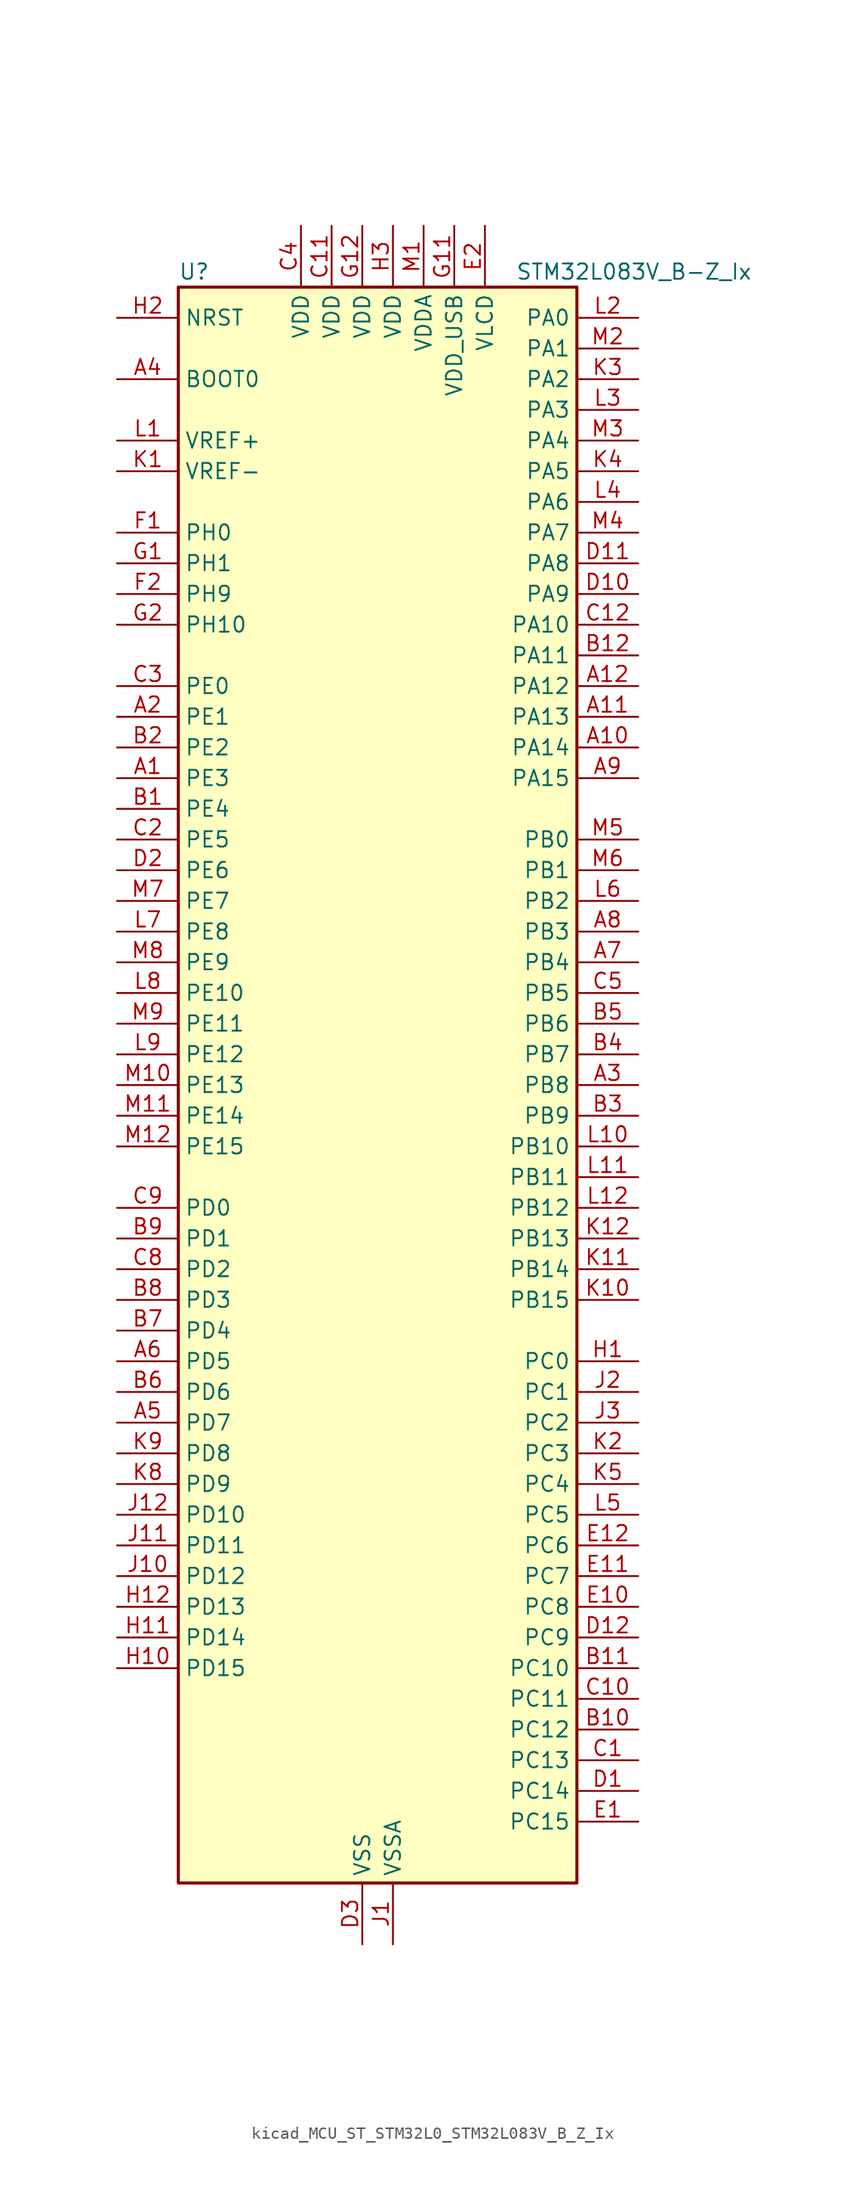
<source format=kicad_sym>
(kicad_symbol_lib
  (version 20220914)
  (generator kicad_symbol_editor)
  (symbol "kicad_MCU_ST_STM32L0_STM32L083V_B_Z_Ix"
    (property "Reference" "U"
      (at -15.24 67.31 0)
      (effects (font (size 1.27 1.27)) (justify left)))
    (property "Value" "STM32L083V_B-Z_Ix"
      (at 12.7 67.31 0)
      (effects (font (size 1.27 1.27)) (justify left)))
    (property "ki_locked" ""
      (at 0 0 0)
      (effects (font (size 1.27 1.27))))
    (symbol "kicad_MCU_ST_STM32L0_STM32L083V_B_Z_Ix_0_1"
      (rectangle (start -15.24 -66.04) (end 17.78 66.04) (stroke (width 0.254) (type default)) (fill (type background))))
    (symbol "kicad_MCU_ST_STM32L0_STM32L083V_B_Z_Ix_1_1"
      (pin bidirectional line (at -20.32 25.4 0) (length 5.08) (name "PE3" (effects (font (size 1.27 1.27)))) (number "A1" (effects (font (size 1.27 1.27)))) (alternate "LCD_SEG39" bidirectional line) (alternate "TIM22_CH1" bidirectional line) (alternate "TIM3_CH1" bidirectional line))
      (pin bidirectional line (at 22.86 27.94 180) (length 5.08) (name "PA14" (effects (font (size 1.27 1.27)))) (number "A10" (effects (font (size 1.27 1.27)))) (alternate "LPUART1_TX" bidirectional line) (alternate "SYS_SWCLK" bidirectional line) (alternate "USART2_TX" bidirectional line))
      (pin bidirectional line (at 22.86 30.48 180) (length 5.08) (name "PA13" (effects (font (size 1.27 1.27)))) (number "A11" (effects (font (size 1.27 1.27)))) (alternate "LPUART1_RX" bidirectional line) (alternate "SYS_SWDIO" bidirectional line) (alternate "USB_NOE" bidirectional line))
      (pin bidirectional line (at 22.86 33.02 180) (length 5.08) (name "PA12" (effects (font (size 1.27 1.27)))) (number "A12" (effects (font (size 1.27 1.27)))) (alternate "COMP2_OUT" bidirectional line) (alternate "SPI1_MOSI" bidirectional line) (alternate "TSC_G4_IO4" bidirectional line) (alternate "USART1_DE" bidirectional line) (alternate "USART1_RTS" bidirectional line) (alternate "USB_DP" bidirectional line))
      (pin bidirectional line (at -20.32 30.48 0) (length 5.08) (name "PE1" (effects (font (size 1.27 1.27)))) (number "A2" (effects (font (size 1.27 1.27)))) (alternate "LCD_SEG37" bidirectional line))
      (pin bidirectional line (at 22.86 0 180) (length 5.08) (name "PB8" (effects (font (size 1.27 1.27)))) (number "A3" (effects (font (size 1.27 1.27)))) (alternate "I2C1_SCL" bidirectional line) (alternate "LCD_SEG16" bidirectional line) (alternate "TSC_SYNC" bidirectional line))
      (pin input line (at -20.32 58.42 0) (length 5.08) (name "BOOT0" (effects (font (size 1.27 1.27)))) (number "A4" (effects (font (size 1.27 1.27)))))
      (pin bidirectional line (at -20.32 -27.94 0) (length 5.08) (name "PD7" (effects (font (size 1.27 1.27)))) (number "A5" (effects (font (size 1.27 1.27)))) (alternate "TIM21_CH2" bidirectional line) (alternate "USART2_CK" bidirectional line))
      (pin bidirectional line (at -20.32 -22.86 0) (length 5.08) (name "PD5" (effects (font (size 1.27 1.27)))) (number "A6" (effects (font (size 1.27 1.27)))) (alternate "USART2_TX" bidirectional line))
      (pin bidirectional line (at 22.86 10.16 180) (length 5.08) (name "PB4" (effects (font (size 1.27 1.27)))) (number "A7" (effects (font (size 1.27 1.27)))) (alternate "COMP2_INP" bidirectional line) (alternate "I2C3_SDA" bidirectional line) (alternate "LCD_SEG8" bidirectional line) (alternate "SPI1_MISO" bidirectional line) (alternate "TIM22_CH1" bidirectional line) (alternate "TIM3_CH1" bidirectional line) (alternate "TSC_G5_IO2" bidirectional line) (alternate "USART1_CTS" bidirectional line) (alternate "USART5_RX" bidirectional line))
      (pin bidirectional line (at 22.86 12.7 180) (length 5.08) (name "PB3" (effects (font (size 1.27 1.27)))) (number "A8" (effects (font (size 1.27 1.27)))) (alternate "COMP2_INM" bidirectional line) (alternate "LCD_SEG7" bidirectional line) (alternate "SPI1_SCK" bidirectional line) (alternate "TIM2_CH2" bidirectional line) (alternate "TSC_G5_IO1" bidirectional line) (alternate "USART1_DE" bidirectional line) (alternate "USART1_RTS" bidirectional line) (alternate "USART5_TX" bidirectional line))
      (pin bidirectional line (at 22.86 25.4 180) (length 5.08) (name "PA15" (effects (font (size 1.27 1.27)))) (number "A9" (effects (font (size 1.27 1.27)))) (alternate "LCD_SEG17" bidirectional line) (alternate "SPI1_NSS" bidirectional line) (alternate "TIM2_CH1" bidirectional line) (alternate "TIM2_ETR" bidirectional line) (alternate "USART2_RX" bidirectional line) (alternate "USART4_DE" bidirectional line) (alternate "USART4_RTS" bidirectional line))
      (pin bidirectional line (at -20.32 22.86 0) (length 5.08) (name "PE4" (effects (font (size 1.27 1.27)))) (number "B1" (effects (font (size 1.27 1.27)))) (alternate "TIM22_CH2" bidirectional line) (alternate "TIM3_CH2" bidirectional line))
      (pin bidirectional line (at 22.86 -53.34 180) (length 5.08) (name "PC12" (effects (font (size 1.27 1.27)))) (number "B10" (effects (font (size 1.27 1.27)))) (alternate "LCD_COM6" bidirectional line) (alternate "LCD_SEG30" bidirectional line) (alternate "LCD_SEG50" bidirectional line) (alternate "USART4_CK" bidirectional line) (alternate "USART5_TX" bidirectional line))
      (pin bidirectional line (at 22.86 -48.26 180) (length 5.08) (name "PC10" (effects (font (size 1.27 1.27)))) (number "B11" (effects (font (size 1.27 1.27)))) (alternate "LCD_COM4" bidirectional line) (alternate "LCD_SEG28" bidirectional line) (alternate "LCD_SEG48" bidirectional line) (alternate "LPUART1_TX" bidirectional line) (alternate "USART4_TX" bidirectional line))
      (pin bidirectional line (at 22.86 35.56 180) (length 5.08) (name "PA11" (effects (font (size 1.27 1.27)))) (number "B12" (effects (font (size 1.27 1.27)))) (alternate "ADC_EXTI11" bidirectional line) (alternate "COMP1_OUT" bidirectional line) (alternate "SPI1_MISO" bidirectional line) (alternate "TSC_G4_IO3" bidirectional line) (alternate "USART1_CTS" bidirectional line) (alternate "USB_DM" bidirectional line))
      (pin bidirectional line (at -20.32 27.94 0) (length 5.08) (name "PE2" (effects (font (size 1.27 1.27)))) (number "B2" (effects (font (size 1.27 1.27)))) (alternate "LCD_SEG38" bidirectional line) (alternate "TIM3_ETR" bidirectional line))
      (pin bidirectional line (at 22.86 -2.54 180) (length 5.08) (name "PB9" (effects (font (size 1.27 1.27)))) (number "B3" (effects (font (size 1.27 1.27)))) (alternate "DAC_EXTI9" bidirectional line) (alternate "I2C1_SDA" bidirectional line) (alternate "I2S2_WS" bidirectional line) (alternate "LCD_COM3" bidirectional line) (alternate "SPI2_NSS" bidirectional line))
      (pin bidirectional line (at 22.86 2.54 180) (length 5.08) (name "PB7" (effects (font (size 1.27 1.27)))) (number "B4" (effects (font (size 1.27 1.27)))) (alternate "COMP2_INP" bidirectional line) (alternate "I2C1_SDA" bidirectional line) (alternate "LPTIM1_IN2" bidirectional line) (alternate "SYS_PVD_IN" bidirectional line) (alternate "TSC_G5_IO4" bidirectional line) (alternate "USART1_RX" bidirectional line) (alternate "USART4_CTS" bidirectional line))
      (pin bidirectional line (at 22.86 5.08 180) (length 5.08) (name "PB6" (effects (font (size 1.27 1.27)))) (number "B5" (effects (font (size 1.27 1.27)))) (alternate "COMP2_INP" bidirectional line) (alternate "I2C1_SCL" bidirectional line) (alternate "LPTIM1_ETR" bidirectional line) (alternate "TSC_G5_IO3" bidirectional line) (alternate "USART1_TX" bidirectional line))
      (pin bidirectional line (at -20.32 -25.4 0) (length 5.08) (name "PD6" (effects (font (size 1.27 1.27)))) (number "B6" (effects (font (size 1.27 1.27)))) (alternate "USART2_RX" bidirectional line))
      (pin bidirectional line (at -20.32 -20.32 0) (length 5.08) (name "PD4" (effects (font (size 1.27 1.27)))) (number "B7" (effects (font (size 1.27 1.27)))) (alternate "I2S2_SD" bidirectional line) (alternate "SPI2_MOSI" bidirectional line) (alternate "USART2_DE" bidirectional line) (alternate "USART2_RTS" bidirectional line))
      (pin bidirectional line (at -20.32 -17.78 0) (length 5.08) (name "PD3" (effects (font (size 1.27 1.27)))) (number "B8" (effects (font (size 1.27 1.27)))) (alternate "I2S2_MCK" bidirectional line) (alternate "LCD_SEG44" bidirectional line) (alternate "SPI2_MISO" bidirectional line) (alternate "USART2_CTS" bidirectional line))
      (pin bidirectional line (at -20.32 -12.7 0) (length 5.08) (name "PD1" (effects (font (size 1.27 1.27)))) (number "B9" (effects (font (size 1.27 1.27)))) (alternate "I2S2_CK" bidirectional line) (alternate "SPI2_SCK" bidirectional line))
      (pin bidirectional line (at 22.86 -55.88 180) (length 5.08) (name "PC13" (effects (font (size 1.27 1.27)))) (number "C1" (effects (font (size 1.27 1.27)))) (alternate "RTC_OUT_ALARM" bidirectional line) (alternate "RTC_OUT_CALIB" bidirectional line) (alternate "RTC_TAMP1" bidirectional line) (alternate "RTC_TS" bidirectional line) (alternate "SYS_WKUP2" bidirectional line))
      (pin bidirectional line (at 22.86 -50.8 180) (length 5.08) (name "PC11" (effects (font (size 1.27 1.27)))) (number "C10" (effects (font (size 1.27 1.27)))) (alternate "ADC_EXTI11" bidirectional line) (alternate "LCD_COM5" bidirectional line) (alternate "LCD_SEG29" bidirectional line) (alternate "LCD_SEG49" bidirectional line) (alternate "LPUART1_RX" bidirectional line) (alternate "USART4_RX" bidirectional line))
      (pin power_in line (at -2.54 71.12 270) (length 5.08) (name "VDD" (effects (font (size 1.27 1.27)))) (number "C11" (effects (font (size 1.27 1.27)))))
      (pin bidirectional line (at 22.86 38.1 180) (length 5.08) (name "PA10" (effects (font (size 1.27 1.27)))) (number "C12" (effects (font (size 1.27 1.27)))) (alternate "I2C1_SDA" bidirectional line) (alternate "LCD_COM2" bidirectional line) (alternate "TSC_G4_IO2" bidirectional line) (alternate "USART1_RX" bidirectional line))
      (pin bidirectional line (at -20.32 20.32 0) (length 5.08) (name "PE5" (effects (font (size 1.27 1.27)))) (number "C2" (effects (font (size 1.27 1.27)))) (alternate "TIM21_CH1" bidirectional line) (alternate "TIM3_CH3" bidirectional line))
      (pin bidirectional line (at -20.32 33.02 0) (length 5.08) (name "PE0" (effects (font (size 1.27 1.27)))) (number "C3" (effects (font (size 1.27 1.27)))) (alternate "LCD_SEG36" bidirectional line))
      (pin power_in line (at -5.08 71.12 270) (length 5.08) (name "VDD" (effects (font (size 1.27 1.27)))) (number "C4" (effects (font (size 1.27 1.27)))))
      (pin bidirectional line (at 22.86 7.62 180) (length 5.08) (name "PB5" (effects (font (size 1.27 1.27)))) (number "C5" (effects (font (size 1.27 1.27)))) (alternate "COMP2_INP" bidirectional line) (alternate "I2C1_SMBA" bidirectional line) (alternate "LCD_SEG9" bidirectional line) (alternate "LPTIM1_IN1" bidirectional line) (alternate "SPI1_MOSI" bidirectional line) (alternate "TIM22_CH2" bidirectional line) (alternate "TIM3_CH2" bidirectional line) (alternate "USART1_CK" bidirectional line) (alternate "USART5_CK" bidirectional line) (alternate "USART5_DE" bidirectional line) (alternate "USART5_RTS" bidirectional line))
      (pin bidirectional line (at -20.32 -15.24 0) (length 5.08) (name "PD2" (effects (font (size 1.27 1.27)))) (number "C8" (effects (font (size 1.27 1.27)))) (alternate "LCD_COM7" bidirectional line) (alternate "LCD_SEG31" bidirectional line) (alternate "LCD_SEG51" bidirectional line) (alternate "LPUART1_DE" bidirectional line) (alternate "LPUART1_RTS" bidirectional line) (alternate "TIM3_ETR" bidirectional line) (alternate "USART5_RX" bidirectional line))
      (pin bidirectional line (at -20.32 -10.16 0) (length 5.08) (name "PD0" (effects (font (size 1.27 1.27)))) (number "C9" (effects (font (size 1.27 1.27)))) (alternate "I2S2_WS" bidirectional line) (alternate "SPI2_NSS" bidirectional line) (alternate "TIM21_CH1" bidirectional line))
      (pin bidirectional line (at 22.86 -58.42 180) (length 5.08) (name "PC14" (effects (font (size 1.27 1.27)))) (number "D1" (effects (font (size 1.27 1.27)))) (alternate "RCC_OSC32_IN" bidirectional line))
      (pin bidirectional line (at 22.86 40.64 180) (length 5.08) (name "PA9" (effects (font (size 1.27 1.27)))) (number "D10" (effects (font (size 1.27 1.27)))) (alternate "DAC_EXTI9" bidirectional line) (alternate "I2C1_SCL" bidirectional line) (alternate "I2C3_SMBA" bidirectional line) (alternate "LCD_COM1" bidirectional line) (alternate "RCC_MCO" bidirectional line) (alternate "TSC_G4_IO1" bidirectional line) (alternate "USART1_TX" bidirectional line))
      (pin bidirectional line (at 22.86 43.18 180) (length 5.08) (name "PA8" (effects (font (size 1.27 1.27)))) (number "D11" (effects (font (size 1.27 1.27)))) (alternate "CRS_SYNC" bidirectional line) (alternate "I2C3_SCL" bidirectional line) (alternate "LCD_COM0" bidirectional line) (alternate "RCC_MCO" bidirectional line) (alternate "USART1_CK" bidirectional line))
      (pin bidirectional line (at 22.86 -45.72 180) (length 5.08) (name "PC9" (effects (font (size 1.27 1.27)))) (number "D12" (effects (font (size 1.27 1.27)))) (alternate "DAC_EXTI9" bidirectional line) (alternate "I2C3_SDA" bidirectional line) (alternate "LCD_SEG27" bidirectional line) (alternate "TIM21_ETR" bidirectional line) (alternate "TIM3_CH4" bidirectional line) (alternate "TSC_G8_IO4" bidirectional line) (alternate "USB_NOE" bidirectional line))
      (pin bidirectional line (at -20.32 17.78 0) (length 5.08) (name "PE6" (effects (font (size 1.27 1.27)))) (number "D2" (effects (font (size 1.27 1.27)))) (alternate "RTC_TAMP3" bidirectional line) (alternate "SYS_WKUP3" bidirectional line) (alternate "TIM21_CH2" bidirectional line) (alternate "TIM3_CH4" bidirectional line))
      (pin power_in line (at 0 -71.12 90) (length 5.08) (name "VSS" (effects (font (size 1.27 1.27)))) (number "D3" (effects (font (size 1.27 1.27)))))
      (pin bidirectional line (at 22.86 -60.96 180) (length 5.08) (name "PC15" (effects (font (size 1.27 1.27)))) (number "E1" (effects (font (size 1.27 1.27)))) (alternate "RCC_OSC32_OUT" bidirectional line))
      (pin bidirectional line (at 22.86 -43.18 180) (length 5.08) (name "PC8" (effects (font (size 1.27 1.27)))) (number "E10" (effects (font (size 1.27 1.27)))) (alternate "LCD_SEG26" bidirectional line) (alternate "TIM22_ETR" bidirectional line) (alternate "TIM3_CH3" bidirectional line) (alternate "TSC_G8_IO3" bidirectional line))
      (pin bidirectional line (at 22.86 -40.64 180) (length 5.08) (name "PC7" (effects (font (size 1.27 1.27)))) (number "E11" (effects (font (size 1.27 1.27)))) (alternate "LCD_SEG25" bidirectional line) (alternate "TIM22_CH2" bidirectional line) (alternate "TIM3_CH2" bidirectional line) (alternate "TSC_G8_IO2" bidirectional line))
      (pin bidirectional line (at 22.86 -38.1 180) (length 5.08) (name "PC6" (effects (font (size 1.27 1.27)))) (number "E12" (effects (font (size 1.27 1.27)))) (alternate "LCD_SEG24" bidirectional line) (alternate "TIM22_CH1" bidirectional line) (alternate "TIM3_CH1" bidirectional line) (alternate "TSC_G8_IO1" bidirectional line))
      (pin power_in line (at 10.16 71.12 270) (length 5.08) (name "VLCD" (effects (font (size 1.27 1.27)))) (number "E2" (effects (font (size 1.27 1.27)))))
      (pin passive line (at 0 -71.12 90) (length 5.08) hide (name "VSS" (effects (font (size 1.27 1.27)))) (number "E3" (effects (font (size 1.27 1.27)))))
      (pin bidirectional line (at -20.32 45.72 0) (length 5.08) (name "PH0" (effects (font (size 1.27 1.27)))) (number "F1" (effects (font (size 1.27 1.27)))) (alternate "CRS_SYNC" bidirectional line) (alternate "RCC_OSC_IN" bidirectional line))
      (pin passive line (at 0 -71.12 90) (length 5.08) hide (name "VSS" (effects (font (size 1.27 1.27)))) (number "F11" (effects (font (size 1.27 1.27)))))
      (pin passive line (at 0 -71.12 90) (length 5.08) hide (name "VSS" (effects (font (size 1.27 1.27)))) (number "F12" (effects (font (size 1.27 1.27)))))
      (pin bidirectional line (at -20.32 40.64 0) (length 5.08) (name "PH9" (effects (font (size 1.27 1.27)))) (number "F2" (effects (font (size 1.27 1.27)))) (alternate "DAC_EXTI9" bidirectional line))
      (pin bidirectional line (at -20.32 43.18 0) (length 5.08) (name "PH1" (effects (font (size 1.27 1.27)))) (number "G1" (effects (font (size 1.27 1.27)))) (alternate "RCC_OSC_OUT" bidirectional line))
      (pin power_in line (at 7.62 71.12 270) (length 5.08) (name "VDD_USB" (effects (font (size 1.27 1.27)))) (number "G11" (effects (font (size 1.27 1.27)))))
      (pin power_in line (at 0 71.12 270) (length 5.08) (name "VDD" (effects (font (size 1.27 1.27)))) (number "G12" (effects (font (size 1.27 1.27)))))
      (pin bidirectional line (at -20.32 38.1 0) (length 5.08) (name "PH10" (effects (font (size 1.27 1.27)))) (number "G2" (effects (font (size 1.27 1.27)))))
      (pin bidirectional line (at 22.86 -22.86 180) (length 5.08) (name "PC0" (effects (font (size 1.27 1.27)))) (number "H1" (effects (font (size 1.27 1.27)))) (alternate "ADC_IN10" bidirectional line) (alternate "I2C3_SCL" bidirectional line) (alternate "LCD_SEG18" bidirectional line) (alternate "LPTIM1_IN1" bidirectional line) (alternate "LPUART1_RX" bidirectional line) (alternate "TSC_G7_IO1" bidirectional line))
      (pin bidirectional line (at -20.32 -48.26 0) (length 5.08) (name "PD15" (effects (font (size 1.27 1.27)))) (number "H10" (effects (font (size 1.27 1.27)))) (alternate "CRS_SYNC" bidirectional line) (alternate "LCD_SEG35" bidirectional line))
      (pin bidirectional line (at -20.32 -45.72 0) (length 5.08) (name "PD14" (effects (font (size 1.27 1.27)))) (number "H11" (effects (font (size 1.27 1.27)))) (alternate "LCD_SEG34" bidirectional line))
      (pin bidirectional line (at -20.32 -43.18 0) (length 5.08) (name "PD13" (effects (font (size 1.27 1.27)))) (number "H12" (effects (font (size 1.27 1.27)))) (alternate "LCD_SEG33" bidirectional line))
      (pin input line (at -20.32 63.5 0) (length 5.08) (name "NRST" (effects (font (size 1.27 1.27)))) (number "H2" (effects (font (size 1.27 1.27)))))
      (pin power_in line (at 2.54 71.12 270) (length 5.08) (name "VDD" (effects (font (size 1.27 1.27)))) (number "H3" (effects (font (size 1.27 1.27)))))
      (pin power_in line (at 2.54 -71.12 90) (length 5.08) (name "VSSA" (effects (font (size 1.27 1.27)))) (number "J1" (effects (font (size 1.27 1.27)))))
      (pin bidirectional line (at -20.32 -40.64 0) (length 5.08) (name "PD12" (effects (font (size 1.27 1.27)))) (number "J10" (effects (font (size 1.27 1.27)))) (alternate "LCD_SEG32" bidirectional line) (alternate "LPUART1_DE" bidirectional line) (alternate "LPUART1_RTS" bidirectional line))
      (pin bidirectional line (at -20.32 -38.1 0) (length 5.08) (name "PD11" (effects (font (size 1.27 1.27)))) (number "J11" (effects (font (size 1.27 1.27)))) (alternate "ADC_EXTI11" bidirectional line) (alternate "LCD_SEG31" bidirectional line) (alternate "LPUART1_CTS" bidirectional line))
      (pin bidirectional line (at -20.32 -35.56 0) (length 5.08) (name "PD10" (effects (font (size 1.27 1.27)))) (number "J12" (effects (font (size 1.27 1.27)))) (alternate "LCD_SEG30" bidirectional line))
      (pin bidirectional line (at 22.86 -25.4 180) (length 5.08) (name "PC1" (effects (font (size 1.27 1.27)))) (number "J2" (effects (font (size 1.27 1.27)))) (alternate "ADC_IN11" bidirectional line) (alternate "I2C3_SDA" bidirectional line) (alternate "LCD_SEG19" bidirectional line) (alternate "LPTIM1_OUT" bidirectional line) (alternate "LPUART1_TX" bidirectional line) (alternate "TSC_G7_IO2" bidirectional line))
      (pin bidirectional line (at 22.86 -27.94 180) (length 5.08) (name "PC2" (effects (font (size 1.27 1.27)))) (number "J3" (effects (font (size 1.27 1.27)))) (alternate "ADC_IN12" bidirectional line) (alternate "I2S2_MCK" bidirectional line) (alternate "LCD_SEG20" bidirectional line) (alternate "LPTIM1_IN2" bidirectional line) (alternate "SPI2_MISO" bidirectional line) (alternate "TSC_G7_IO3" bidirectional line))
      (pin input line (at -20.32 50.8 0) (length 5.08) (name "VREF-" (effects (font (size 1.27 1.27)))) (number "K1" (effects (font (size 1.27 1.27)))))
      (pin bidirectional line (at 22.86 -17.78 180) (length 5.08) (name "PB15" (effects (font (size 1.27 1.27)))) (number "K10" (effects (font (size 1.27 1.27)))) (alternate "I2S2_SD" bidirectional line) (alternate "LCD_SEG15" bidirectional line) (alternate "RTC_REFIN" bidirectional line) (alternate "SPI2_MOSI" bidirectional line))
      (pin bidirectional line (at 22.86 -15.24 180) (length 5.08) (name "PB14" (effects (font (size 1.27 1.27)))) (number "K11" (effects (font (size 1.27 1.27)))) (alternate "I2C2_SDA" bidirectional line) (alternate "I2S2_MCK" bidirectional line) (alternate "LCD_SEG14" bidirectional line) (alternate "LPUART1_DE" bidirectional line) (alternate "LPUART1_RTS" bidirectional line) (alternate "RTC_OUT_ALARM" bidirectional line) (alternate "RTC_OUT_CALIB" bidirectional line) (alternate "SPI2_MISO" bidirectional line) (alternate "TIM21_CH2" bidirectional line) (alternate "TSC_G6_IO4" bidirectional line))
      (pin bidirectional line (at 22.86 -12.7 180) (length 5.08) (name "PB13" (effects (font (size 1.27 1.27)))) (number "K12" (effects (font (size 1.27 1.27)))) (alternate "I2C2_SCL" bidirectional line) (alternate "I2S2_CK" bidirectional line) (alternate "LCD_SEG13" bidirectional line) (alternate "LPUART1_CTS" bidirectional line) (alternate "RCC_MCO" bidirectional line) (alternate "SPI2_SCK" bidirectional line) (alternate "TIM21_CH1" bidirectional line) (alternate "TSC_G6_IO3" bidirectional line))
      (pin bidirectional line (at 22.86 -30.48 180) (length 5.08) (name "PC3" (effects (font (size 1.27 1.27)))) (number "K2" (effects (font (size 1.27 1.27)))) (alternate "ADC_IN13" bidirectional line) (alternate "I2S2_SD" bidirectional line) (alternate "LCD_SEG21" bidirectional line) (alternate "LPTIM1_ETR" bidirectional line) (alternate "SPI2_MOSI" bidirectional line) (alternate "TSC_G7_IO4" bidirectional line))
      (pin bidirectional line (at 22.86 58.42 180) (length 5.08) (name "PA2" (effects (font (size 1.27 1.27)))) (number "K3" (effects (font (size 1.27 1.27)))) (alternate "ADC_IN2" bidirectional line) (alternate "COMP2_INM" bidirectional line) (alternate "COMP2_OUT" bidirectional line) (alternate "LCD_SEG1" bidirectional line) (alternate "LPUART1_TX" bidirectional line) (alternate "TIM21_CH1" bidirectional line) (alternate "TIM2_CH3" bidirectional line) (alternate "TSC_G1_IO3" bidirectional line) (alternate "USART2_TX" bidirectional line))
      (pin bidirectional line (at 22.86 50.8 180) (length 5.08) (name "PA5" (effects (font (size 1.27 1.27)))) (number "K4" (effects (font (size 1.27 1.27)))) (alternate "ADC_IN5" bidirectional line) (alternate "COMP1_INM" bidirectional line) (alternate "COMP2_INM" bidirectional line) (alternate "DAC_OUT2" bidirectional line) (alternate "SPI1_SCK" bidirectional line) (alternate "TIM2_CH1" bidirectional line) (alternate "TIM2_ETR" bidirectional line) (alternate "TSC_G2_IO2" bidirectional line))
      (pin bidirectional line (at 22.86 -33.02 180) (length 5.08) (name "PC4" (effects (font (size 1.27 1.27)))) (number "K5" (effects (font (size 1.27 1.27)))) (alternate "ADC_IN14" bidirectional line) (alternate "LCD_SEG22" bidirectional line) (alternate "LPUART1_TX" bidirectional line))
      (pin bidirectional line (at -20.32 -33.02 0) (length 5.08) (name "PD9" (effects (font (size 1.27 1.27)))) (number "K8" (effects (font (size 1.27 1.27)))) (alternate "DAC_EXTI9" bidirectional line) (alternate "LCD_SEG29" bidirectional line) (alternate "LPUART1_RX" bidirectional line))
      (pin bidirectional line (at -20.32 -30.48 0) (length 5.08) (name "PD8" (effects (font (size 1.27 1.27)))) (number "K9" (effects (font (size 1.27 1.27)))) (alternate "LCD_SEG28" bidirectional line) (alternate "LPUART1_TX" bidirectional line))
      (pin input line (at -20.32 53.34 0) (length 5.08) (name "VREF+" (effects (font (size 1.27 1.27)))) (number "L1" (effects (font (size 1.27 1.27)))))
      (pin bidirectional line (at 22.86 -5.08 180) (length 5.08) (name "PB10" (effects (font (size 1.27 1.27)))) (number "L10" (effects (font (size 1.27 1.27)))) (alternate "I2C2_SCL" bidirectional line) (alternate "LCD_SEG10" bidirectional line) (alternate "LPUART1_RX" bidirectional line) (alternate "LPUART1_TX" bidirectional line) (alternate "SPI2_SCK" bidirectional line) (alternate "TIM2_CH3" bidirectional line) (alternate "TSC_SYNC" bidirectional line))
      (pin bidirectional line (at 22.86 -7.62 180) (length 5.08) (name "PB11" (effects (font (size 1.27 1.27)))) (number "L11" (effects (font (size 1.27 1.27)))) (alternate "ADC_EXTI11" bidirectional line) (alternate "I2C2_SDA" bidirectional line) (alternate "LCD_SEG11" bidirectional line) (alternate "LPUART1_RX" bidirectional line) (alternate "LPUART1_TX" bidirectional line) (alternate "TIM2_CH4" bidirectional line) (alternate "TSC_G6_IO1" bidirectional line))
      (pin bidirectional line (at 22.86 -10.16 180) (length 5.08) (name "PB12" (effects (font (size 1.27 1.27)))) (number "L12" (effects (font (size 1.27 1.27)))) (alternate "I2S2_WS" bidirectional line) (alternate "LCD_SEG12" bidirectional line) (alternate "LCD_VLCD2" bidirectional line) (alternate "LPUART1_DE" bidirectional line) (alternate "LPUART1_RTS" bidirectional line) (alternate "SPI2_NSS" bidirectional line) (alternate "TSC_G6_IO2" bidirectional line))
      (pin bidirectional line (at 22.86 63.5 180) (length 5.08) (name "PA0" (effects (font (size 1.27 1.27)))) (number "L2" (effects (font (size 1.27 1.27)))) (alternate "ADC_IN0" bidirectional line) (alternate "COMP1_INM" bidirectional line) (alternate "COMP1_OUT" bidirectional line) (alternate "RTC_TAMP2" bidirectional line) (alternate "SYS_WKUP1" bidirectional line) (alternate "TIM2_CH1" bidirectional line) (alternate "TIM2_ETR" bidirectional line) (alternate "TSC_G1_IO1" bidirectional line) (alternate "USART2_CTS" bidirectional line) (alternate "USART4_TX" bidirectional line))
      (pin bidirectional line (at 22.86 55.88 180) (length 5.08) (name "PA3" (effects (font (size 1.27 1.27)))) (number "L3" (effects (font (size 1.27 1.27)))) (alternate "ADC_IN3" bidirectional line) (alternate "COMP2_INP" bidirectional line) (alternate "LCD_SEG2" bidirectional line) (alternate "LPUART1_RX" bidirectional line) (alternate "TIM21_CH2" bidirectional line) (alternate "TIM2_CH4" bidirectional line) (alternate "TSC_G1_IO4" bidirectional line) (alternate "USART2_RX" bidirectional line))
      (pin bidirectional line (at 22.86 48.26 180) (length 5.08) (name "PA6" (effects (font (size 1.27 1.27)))) (number "L4" (effects (font (size 1.27 1.27)))) (alternate "ADC_IN6" bidirectional line) (alternate "COMP1_OUT" bidirectional line) (alternate "LCD_SEG3" bidirectional line) (alternate "LPUART1_CTS" bidirectional line) (alternate "SPI1_MISO" bidirectional line) (alternate "TIM22_CH1" bidirectional line) (alternate "TIM3_CH1" bidirectional line) (alternate "TSC_G2_IO3" bidirectional line))
      (pin bidirectional line (at 22.86 -35.56 180) (length 5.08) (name "PC5" (effects (font (size 1.27 1.27)))) (number "L5" (effects (font (size 1.27 1.27)))) (alternate "ADC_IN15" bidirectional line) (alternate "LCD_SEG23" bidirectional line) (alternate "LPUART1_RX" bidirectional line) (alternate "TSC_G3_IO1" bidirectional line))
      (pin bidirectional line (at 22.86 15.24 180) (length 5.08) (name "PB2" (effects (font (size 1.27 1.27)))) (number "L6" (effects (font (size 1.27 1.27)))) (alternate "I2C3_SMBA" bidirectional line) (alternate "LCD_VLCD2" bidirectional line) (alternate "LPTIM1_OUT" bidirectional line) (alternate "TSC_G3_IO4" bidirectional line))
      (pin bidirectional line (at -20.32 12.7 0) (length 5.08) (name "PE8" (effects (font (size 1.27 1.27)))) (number "L7" (effects (font (size 1.27 1.27)))) (alternate "LCD_SEG46" bidirectional line) (alternate "USART4_TX" bidirectional line))
      (pin bidirectional line (at -20.32 7.62 0) (length 5.08) (name "PE10" (effects (font (size 1.27 1.27)))) (number "L8" (effects (font (size 1.27 1.27)))) (alternate "LCD_SEG40" bidirectional line) (alternate "TIM2_CH2" bidirectional line) (alternate "USART5_TX" bidirectional line))
      (pin bidirectional line (at -20.32 2.54 0) (length 5.08) (name "PE12" (effects (font (size 1.27 1.27)))) (number "L9" (effects (font (size 1.27 1.27)))) (alternate "LCD_VLCD3" bidirectional line) (alternate "SPI1_NSS" bidirectional line) (alternate "TIM2_CH4" bidirectional line))
      (pin power_in line (at 5.08 71.12 270) (length 5.08) (name "VDDA" (effects (font (size 1.27 1.27)))) (number "M1" (effects (font (size 1.27 1.27)))))
      (pin bidirectional line (at -20.32 0 0) (length 5.08) (name "PE13" (effects (font (size 1.27 1.27)))) (number "M10" (effects (font (size 1.27 1.27)))) (alternate "LCD_SEG41" bidirectional line) (alternate "SPI1_SCK" bidirectional line))
      (pin bidirectional line (at -20.32 -2.54 0) (length 5.08) (name "PE14" (effects (font (size 1.27 1.27)))) (number "M11" (effects (font (size 1.27 1.27)))) (alternate "LCD_SEG42" bidirectional line) (alternate "SPI1_MISO" bidirectional line))
      (pin bidirectional line (at -20.32 -5.08 0) (length 5.08) (name "PE15" (effects (font (size 1.27 1.27)))) (number "M12" (effects (font (size 1.27 1.27)))) (alternate "LCD_SEG43" bidirectional line) (alternate "SPI1_MOSI" bidirectional line))
      (pin bidirectional line (at 22.86 60.96 180) (length 5.08) (name "PA1" (effects (font (size 1.27 1.27)))) (number "M2" (effects (font (size 1.27 1.27)))) (alternate "ADC_IN1" bidirectional line) (alternate "COMP1_INP" bidirectional line) (alternate "LCD_SEG0" bidirectional line) (alternate "TIM21_ETR" bidirectional line) (alternate "TIM2_CH2" bidirectional line) (alternate "TSC_G1_IO2" bidirectional line) (alternate "USART2_DE" bidirectional line) (alternate "USART2_RTS" bidirectional line) (alternate "USART4_RX" bidirectional line))
      (pin bidirectional line (at 22.86 53.34 180) (length 5.08) (name "PA4" (effects (font (size 1.27 1.27)))) (number "M3" (effects (font (size 1.27 1.27)))) (alternate "ADC_IN4" bidirectional line) (alternate "COMP1_INM" bidirectional line) (alternate "COMP2_INM" bidirectional line) (alternate "DAC_OUT1" bidirectional line) (alternate "SPI1_NSS" bidirectional line) (alternate "TIM22_ETR" bidirectional line) (alternate "TSC_G2_IO1" bidirectional line) (alternate "USART2_CK" bidirectional line))
      (pin bidirectional line (at 22.86 45.72 180) (length 5.08) (name "PA7" (effects (font (size 1.27 1.27)))) (number "M4" (effects (font (size 1.27 1.27)))) (alternate "ADC_IN7" bidirectional line) (alternate "COMP2_OUT" bidirectional line) (alternate "LCD_SEG4" bidirectional line) (alternate "SPI1_MOSI" bidirectional line) (alternate "TIM22_CH2" bidirectional line) (alternate "TIM3_CH2" bidirectional line) (alternate "TSC_G2_IO4" bidirectional line))
      (pin bidirectional line (at 22.86 20.32 180) (length 5.08) (name "PB0" (effects (font (size 1.27 1.27)))) (number "M5" (effects (font (size 1.27 1.27)))) (alternate "ADC_IN8" bidirectional line) (alternate "LCD_SEG5" bidirectional line) (alternate "LCD_VLCD3" bidirectional line) (alternate "SYS_VREF_OUT_PB0" bidirectional line) (alternate "TIM3_CH3" bidirectional line) (alternate "TSC_G3_IO2" bidirectional line))
      (pin bidirectional line (at 22.86 17.78 180) (length 5.08) (name "PB1" (effects (font (size 1.27 1.27)))) (number "M6" (effects (font (size 1.27 1.27)))) (alternate "ADC_IN9" bidirectional line) (alternate "LCD_SEG6" bidirectional line) (alternate "LPUART1_DE" bidirectional line) (alternate "LPUART1_RTS" bidirectional line) (alternate "SYS_VREF_OUT_PB1" bidirectional line) (alternate "TIM3_CH4" bidirectional line) (alternate "TSC_G3_IO3" bidirectional line))
      (pin bidirectional line (at -20.32 15.24 0) (length 5.08) (name "PE7" (effects (font (size 1.27 1.27)))) (number "M7" (effects (font (size 1.27 1.27)))) (alternate "LCD_SEG45" bidirectional line) (alternate "USART5_CK" bidirectional line) (alternate "USART5_DE" bidirectional line) (alternate "USART5_RTS" bidirectional line))
      (pin bidirectional line (at -20.32 10.16 0) (length 5.08) (name "PE9" (effects (font (size 1.27 1.27)))) (number "M8" (effects (font (size 1.27 1.27)))) (alternate "DAC_EXTI9" bidirectional line) (alternate "LCD_SEG47" bidirectional line) (alternate "TIM2_CH1" bidirectional line) (alternate "TIM2_ETR" bidirectional line) (alternate "USART4_RX" bidirectional line))
      (pin bidirectional line (at -20.32 5.08 0) (length 5.08) (name "PE11" (effects (font (size 1.27 1.27)))) (number "M9" (effects (font (size 1.27 1.27)))) (alternate "ADC_EXTI11" bidirectional line) (alternate "LCD_VLCD1" bidirectional line) (alternate "TIM2_CH3" bidirectional line) (alternate "USART5_RX" bidirectional line)))))
</source>
